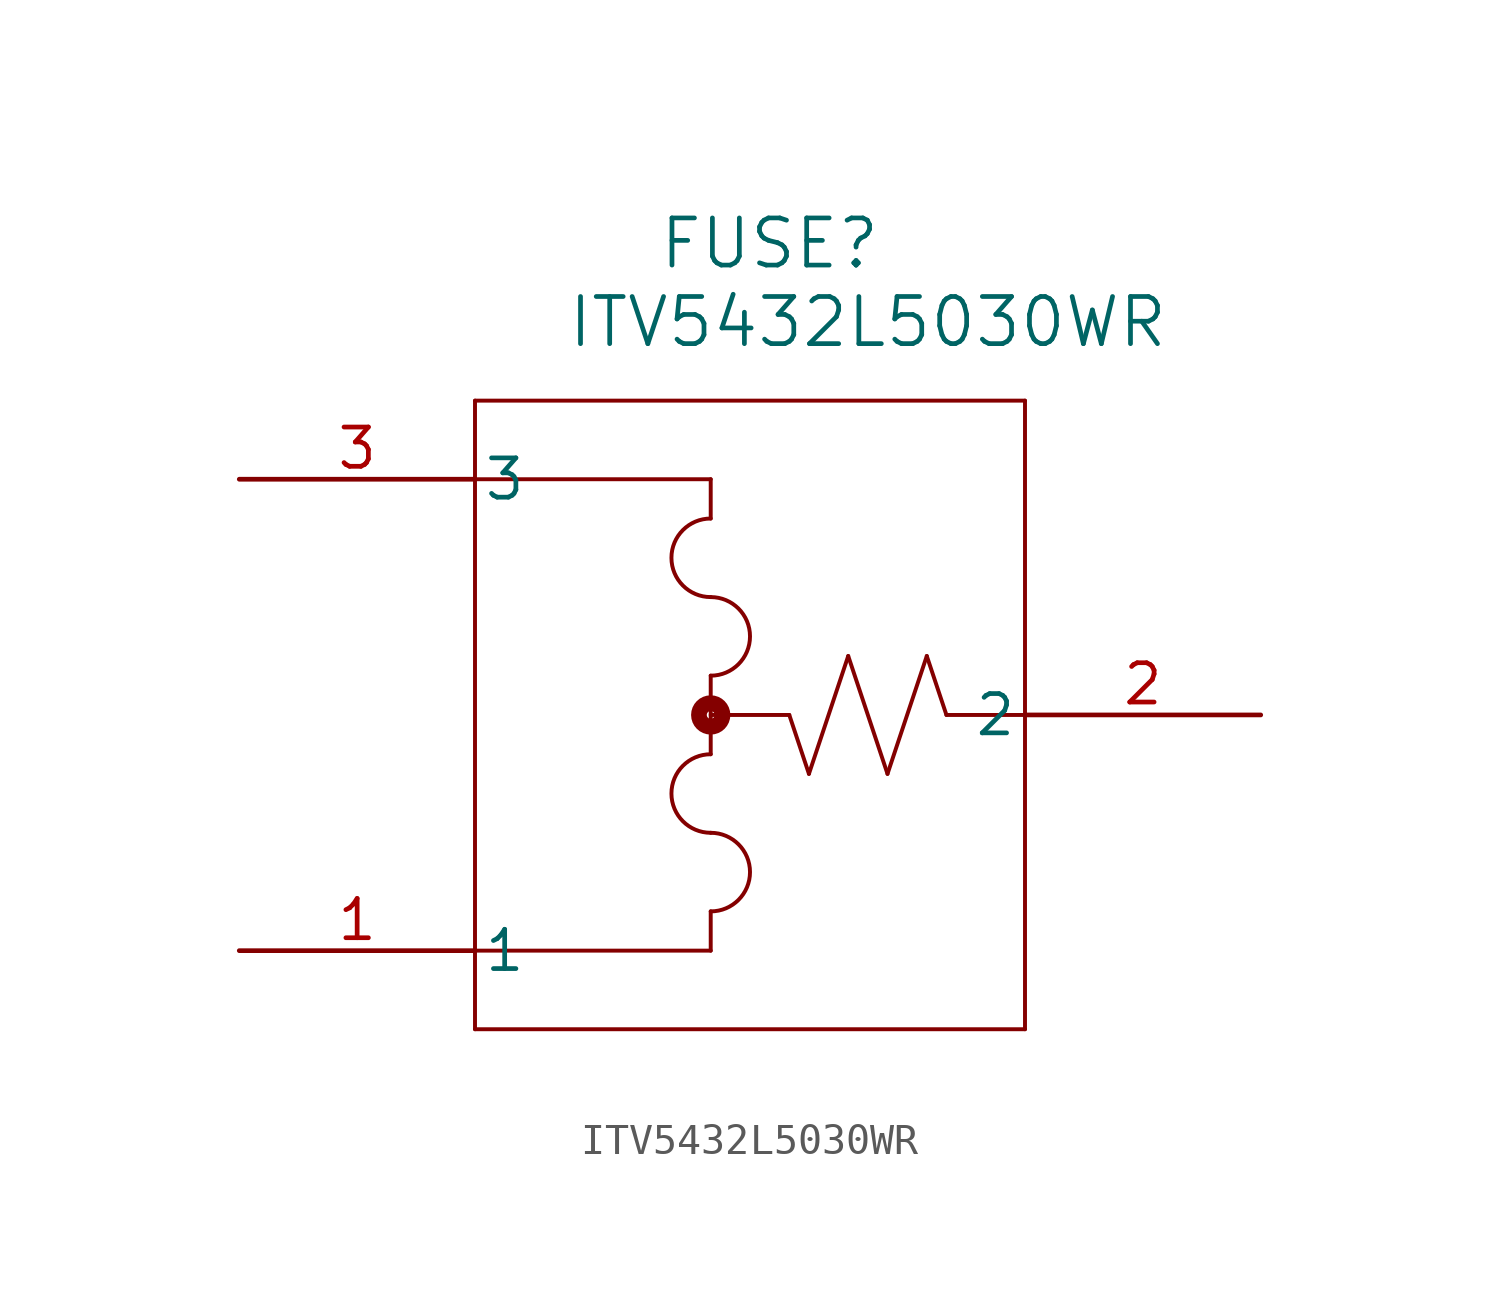
<source format=kicad_sym>
(kicad_symbol_lib
  (version 20211014)
  (generator kicad_symbol_editor)
  (symbol "ITV5432L5030WR"
    (pin_names
      (offset 0.254))
    (property "Reference" "FUSE"
      (at 17.145 7.62 0)
      (effects (font (size 1.524 1.524))))
    (property "Value" "ITV5432L5030WR"
      (at 20.32 5.08 0)
      (effects (font (size 1.524 1.524))))
    (polyline
      (pts (xy 7.62 2.54) (xy 7.62 -17.78))
      (stroke (width 0.127) (type default) (color 0 0 0 0))
      (fill (type none)))
    (polyline
      (pts (xy 7.62 -17.78) (xy 25.4 -17.78))
      (stroke (width 0.127) (type default) (color 0 0 0 0))
      (fill (type none)))
    (polyline
      (pts (xy 25.4 -17.78) (xy 25.4 2.54))
      (stroke (width 0.127) (type default) (color 0 0 0 0))
      (fill (type none)))
    (polyline
      (pts (xy 25.4 2.54) (xy 7.62 2.54))
      (stroke (width 0.127) (type default) (color 0 0 0 0))
      (fill (type none)))
    (polyline
      (pts (xy 7.62 0) (xy 15.24 0))
      (stroke (width 0.127) (type default) (color 0 0 0 0))
      (fill (type none)))
    (polyline
      (pts (xy 15.24 -13.97) (xy 15.24 -15.24))
      (stroke (width 0.127) (type default) (color 0 0 0 0))
      (fill (type none)))
    (polyline
      (pts (xy 7.62 -15.24) (xy 15.24 -15.24))
      (stroke (width 0.127) (type default) (color 0 0 0 0))
      (fill (type none)))
    (arc
      (start 15.24 -1.27)
      (mid 13.97 -2.54)
      (end 15.24 -3.81)
      (stroke (width 0.127) (type default) (color 0 0 0 0))
      (fill (type none)))
    (arc
      (start 15.24 -6.35)
      (mid 16.51 -5.08)
      (end 15.24 -3.81)
      (stroke (width 0.127) (type default) (color 0 0 0 0))
      (fill (type none)))
    (arc
      (start 15.24 -8.89)
      (mid 13.97 -10.16)
      (end 15.24 -11.43)
      (stroke (width 0.127) (type default) (color 0 0 0 0))
      (fill (type none)))
    (arc
      (start 15.24 -13.97)
      (mid 16.51 -12.7)
      (end 15.24 -11.43)
      (stroke (width 0.127) (type default) (color 0 0 0 0))
      (fill (type none)))
    (polyline
      (pts (xy 15.24 0) (xy 15.24 -1.27))
      (stroke (width 0.127) (type default) (color 0 0 0 0))
      (fill (type none)))
    (polyline
      (pts (xy 15.24 -6.35) (xy 15.24 -8.89))
      (stroke (width 0.127) (type default) (color 0 0 0 0))
      (fill (type none)))
    (polyline
      (pts (xy 15.24 -7.62) (xy 17.78 -7.62))
      (stroke (width 0.127) (type default) (color 0 0 0 0))
      (fill (type none)))
    (polyline
      (pts (xy 18.415 -9.525) (xy 19.685 -5.715))
      (stroke (width 0.127) (type default) (color 0 0 0 0))
      (fill (type none)))
    (polyline
      (pts (xy 19.685 -5.715) (xy 20.955 -9.525))
      (stroke (width 0.127) (type default) (color 0 0 0 0))
      (fill (type none)))
    (polyline
      (pts (xy 20.955 -9.525) (xy 22.225 -5.715))
      (stroke (width 0.127) (type default) (color 0 0 0 0))
      (fill (type none)))
    (polyline
      (pts (xy 22.225 -5.715) (xy 22.86 -7.62))
      (stroke (width 0.127) (type default) (color 0 0 0 0))
      (fill (type none)))
    (polyline
      (pts (xy 18.415 -9.525) (xy 17.78 -7.62))
      (stroke (width 0.127) (type default) (color 0 0 0 0))
      (fill (type none)))
    (polyline
      (pts (xy 22.86 -7.62) (xy 25.4 -7.62))
      (stroke (width 0.127) (type default) (color 0 0 0 0))
      (fill (type none)))
    (circle
      (center 15.24 -7.62)
      (radius 0.127)
      (stroke (width 0.508) (type default) (color 0 0 0 0))
      (fill (type none)))
    (pin unspecified line
      (at 0 -15.24 0)
      (length 7.62)
      (name "1" (effects (font (size 1.27 1.27))))
      (number "1" (effects (font (size 1.27 1.27)))))
    (pin unspecified line
      (at 33.02 -7.62 180)
      (length 7.62)
      (name "2" (effects (font (size 1.27 1.27))))
      (number "2" (effects (font (size 1.27 1.27)))))
    (pin unspecified line
      (at 0 0 0)
      (length 7.62)
      (name "3" (effects (font (size 1.27 1.27))))
      (number "3" (effects (font (size 1.27 1.27)))))))
</source>
